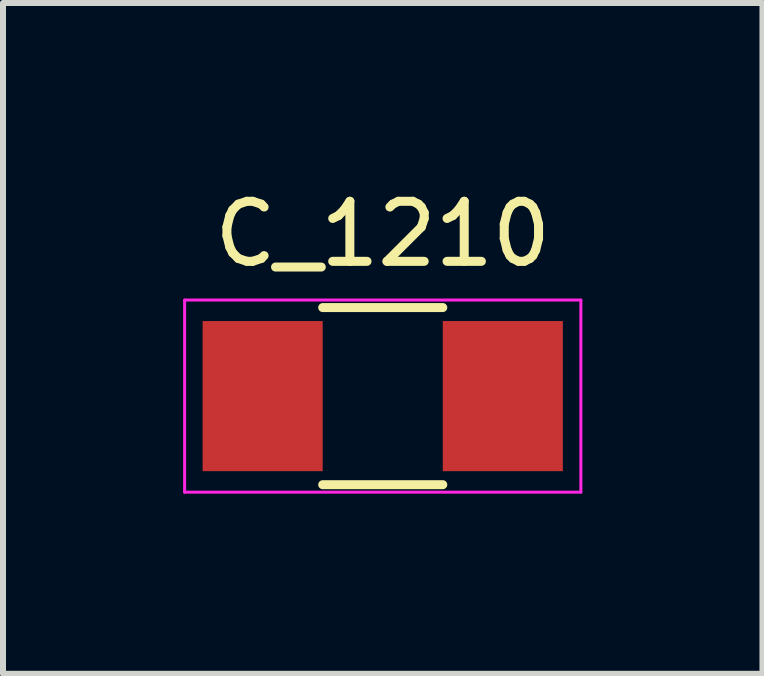
<source format=kicad_pcb>
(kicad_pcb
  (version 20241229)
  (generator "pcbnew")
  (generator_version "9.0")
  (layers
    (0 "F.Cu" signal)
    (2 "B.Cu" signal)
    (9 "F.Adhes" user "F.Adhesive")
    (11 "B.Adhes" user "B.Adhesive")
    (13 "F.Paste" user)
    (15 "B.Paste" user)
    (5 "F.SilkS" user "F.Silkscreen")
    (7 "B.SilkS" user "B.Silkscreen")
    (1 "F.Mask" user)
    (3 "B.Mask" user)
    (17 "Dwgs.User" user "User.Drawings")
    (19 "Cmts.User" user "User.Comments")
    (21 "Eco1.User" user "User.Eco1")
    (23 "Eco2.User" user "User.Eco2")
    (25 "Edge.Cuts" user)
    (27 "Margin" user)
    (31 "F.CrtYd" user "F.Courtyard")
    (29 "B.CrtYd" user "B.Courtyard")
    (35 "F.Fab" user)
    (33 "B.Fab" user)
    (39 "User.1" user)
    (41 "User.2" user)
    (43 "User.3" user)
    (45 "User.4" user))
  (footprint "C_1210"
    (layer "F.Cu")
    (at 3.325 3.548)
    (property "Reference" "C_1210" (at 0 -2.7 0) (layer "F.SilkS") (effects (font (size 1 1) (thickness 0.15))))
    (attr smd)
    (fp_line (start -1 1.475) (end 1 1.475) (stroke (width 0.15) (type solid)) (layer "F.SilkS"))
    (fp_line (start 1 -1.475) (end -1 -1.475) (stroke (width 0.15) (type solid)) (layer "F.SilkS"))
    (fp_line (start -3.3 -1.6) (end -3.3 1.6) (stroke (width 0.05) (type solid)) (layer "F.CrtYd"))
    (fp_line (start -3.3 -1.6) (end 3.3 -1.6) (stroke (width 0.05) (type solid)) (layer "F.CrtYd"))
    (fp_line (start -3.3 1.6) (end 3.3 1.6) (stroke (width 0.05) (type solid)) (layer "F.CrtYd"))
    (fp_line (start 3.3 -1.6) (end 3.3 1.6) (stroke (width 0.05) (type solid)) (layer "F.CrtYd"))
    (pad "1" smd rect (at -2 0) (size 2 2.5) (layers "F.Cu" "F.Mask" "F.Paste"))
    (pad "2" smd rect (at 2 0) (size 2 2.5) (layers "F.Cu" "F.Mask" "F.Paste")))
  (gr_rect
    (start -3 -3)
    (end 9.65 8.173)
    (stroke (width 0.1) (type default))
    (fill no)
    (layer "Edge.Cuts")))
</source>
